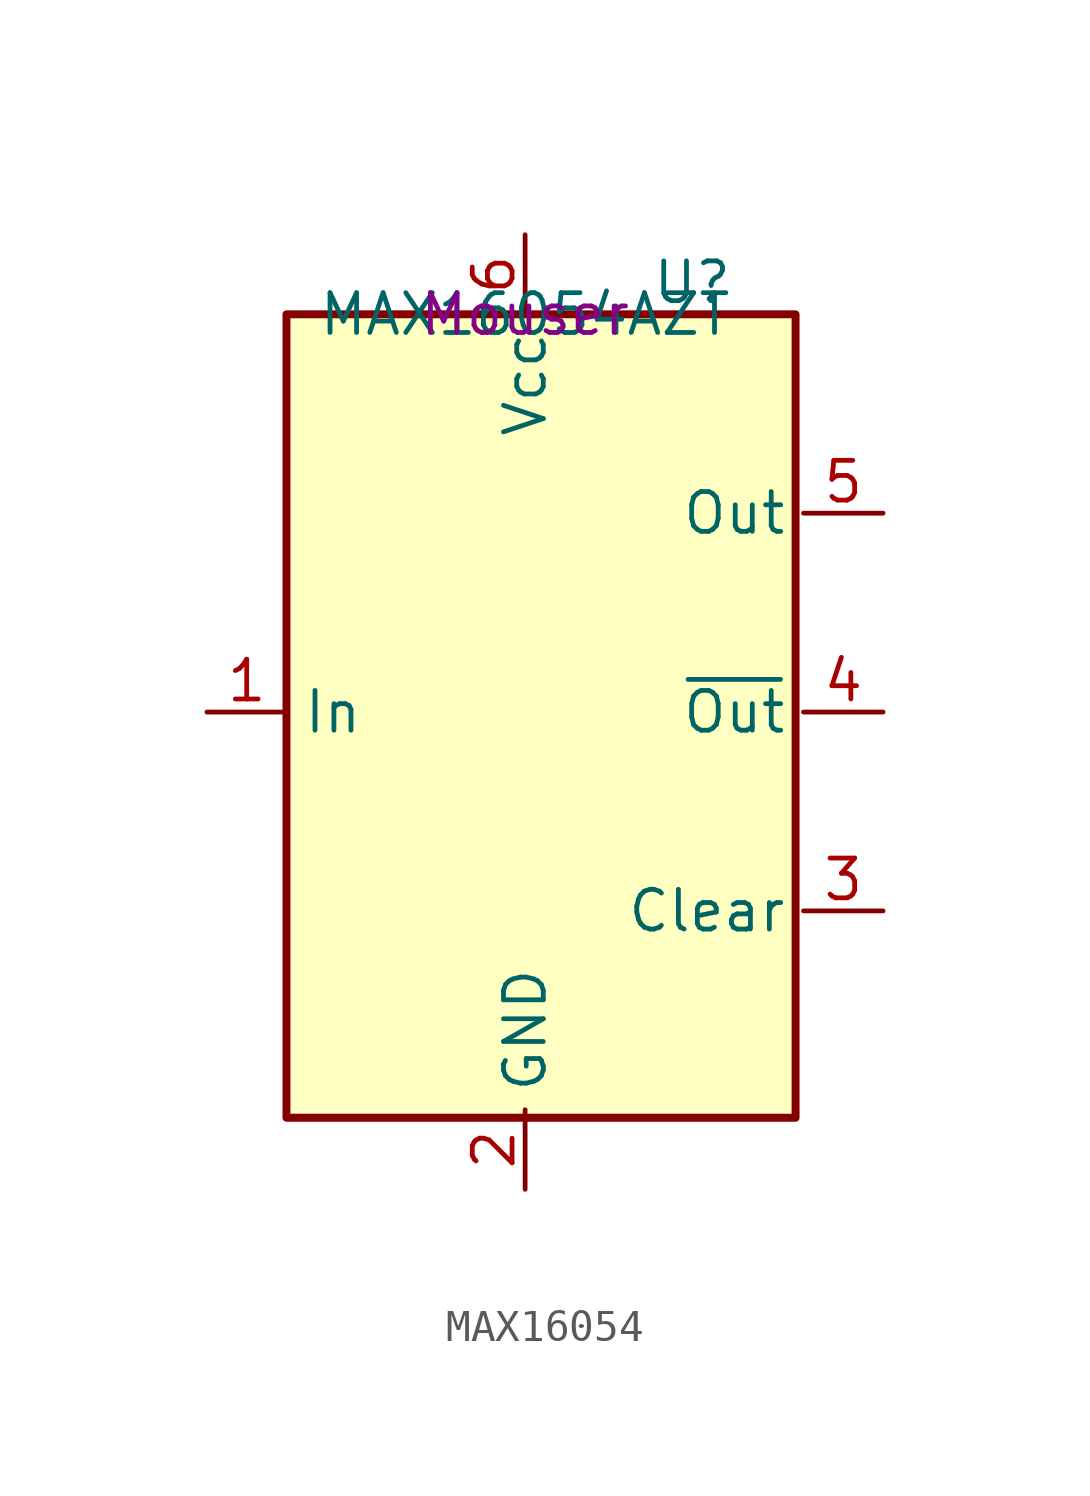
<source format=kicad_sym>
(kicad_symbol_lib
  (version 20231120)
  (generator "kicad_symbol_editor")
  (generator_version "8.0")
  (symbol "MAX16054"
    (property "Reference" "U"
      (at 5.334 1.016 0)
      (effects (font (size 1.27 1.27))))
    (property "Value" "MAX16054AZT"
      (at 0 0 0)
      (effects (font (size 1.27 1.27))))
    (property "Distributor" "Mouser"
      (at 0 0 0)
      (effects (font (size 1.27 1.27))))
    (symbol "MAX16054_1_1"
      (rectangle (start -7.62 0) (end 8.636 -25.654) (stroke (width 0.254) (type default)) (fill (type color) (color 255 255 194 1)))
      (pin input line (at -10.16 -12.7 0) (length 2.54) (name "In" (effects (font (size 1.27 1.27)))) (number "1" (effects (font (size 1.27 1.27)))))
      (pin power_in line (at 0 -27.94 90) (length 2.54) (name "GND" (effects (font (size 1.27 1.27)))) (number "2" (effects (font (size 1.27 1.27)))))
      (pin input line (at 11.43 -19.05 180) (length 2.54) (name "Clear" (effects (font (size 1.27 1.27)))) (number "3" (effects (font (size 1.27 1.27)))))
      (pin output line (at 11.43 -12.7 180) (length 2.54) (name "~{Out}" (effects (font (size 1.27 1.27)))) (number "4" (effects (font (size 1.27 1.27)))))
      (pin output line (at 11.43 -6.35 180) (length 2.54) (name "Out" (effects (font (size 1.27 1.27)))) (number "5" (effects (font (size 1.27 1.27)))))
      (pin output line (at 0 2.54 270) (length 2.54) (name "Vcc" (effects (font (size 1.27 1.27)))) (number "6" (effects (font (size 1.27 1.27))))))))
</source>
